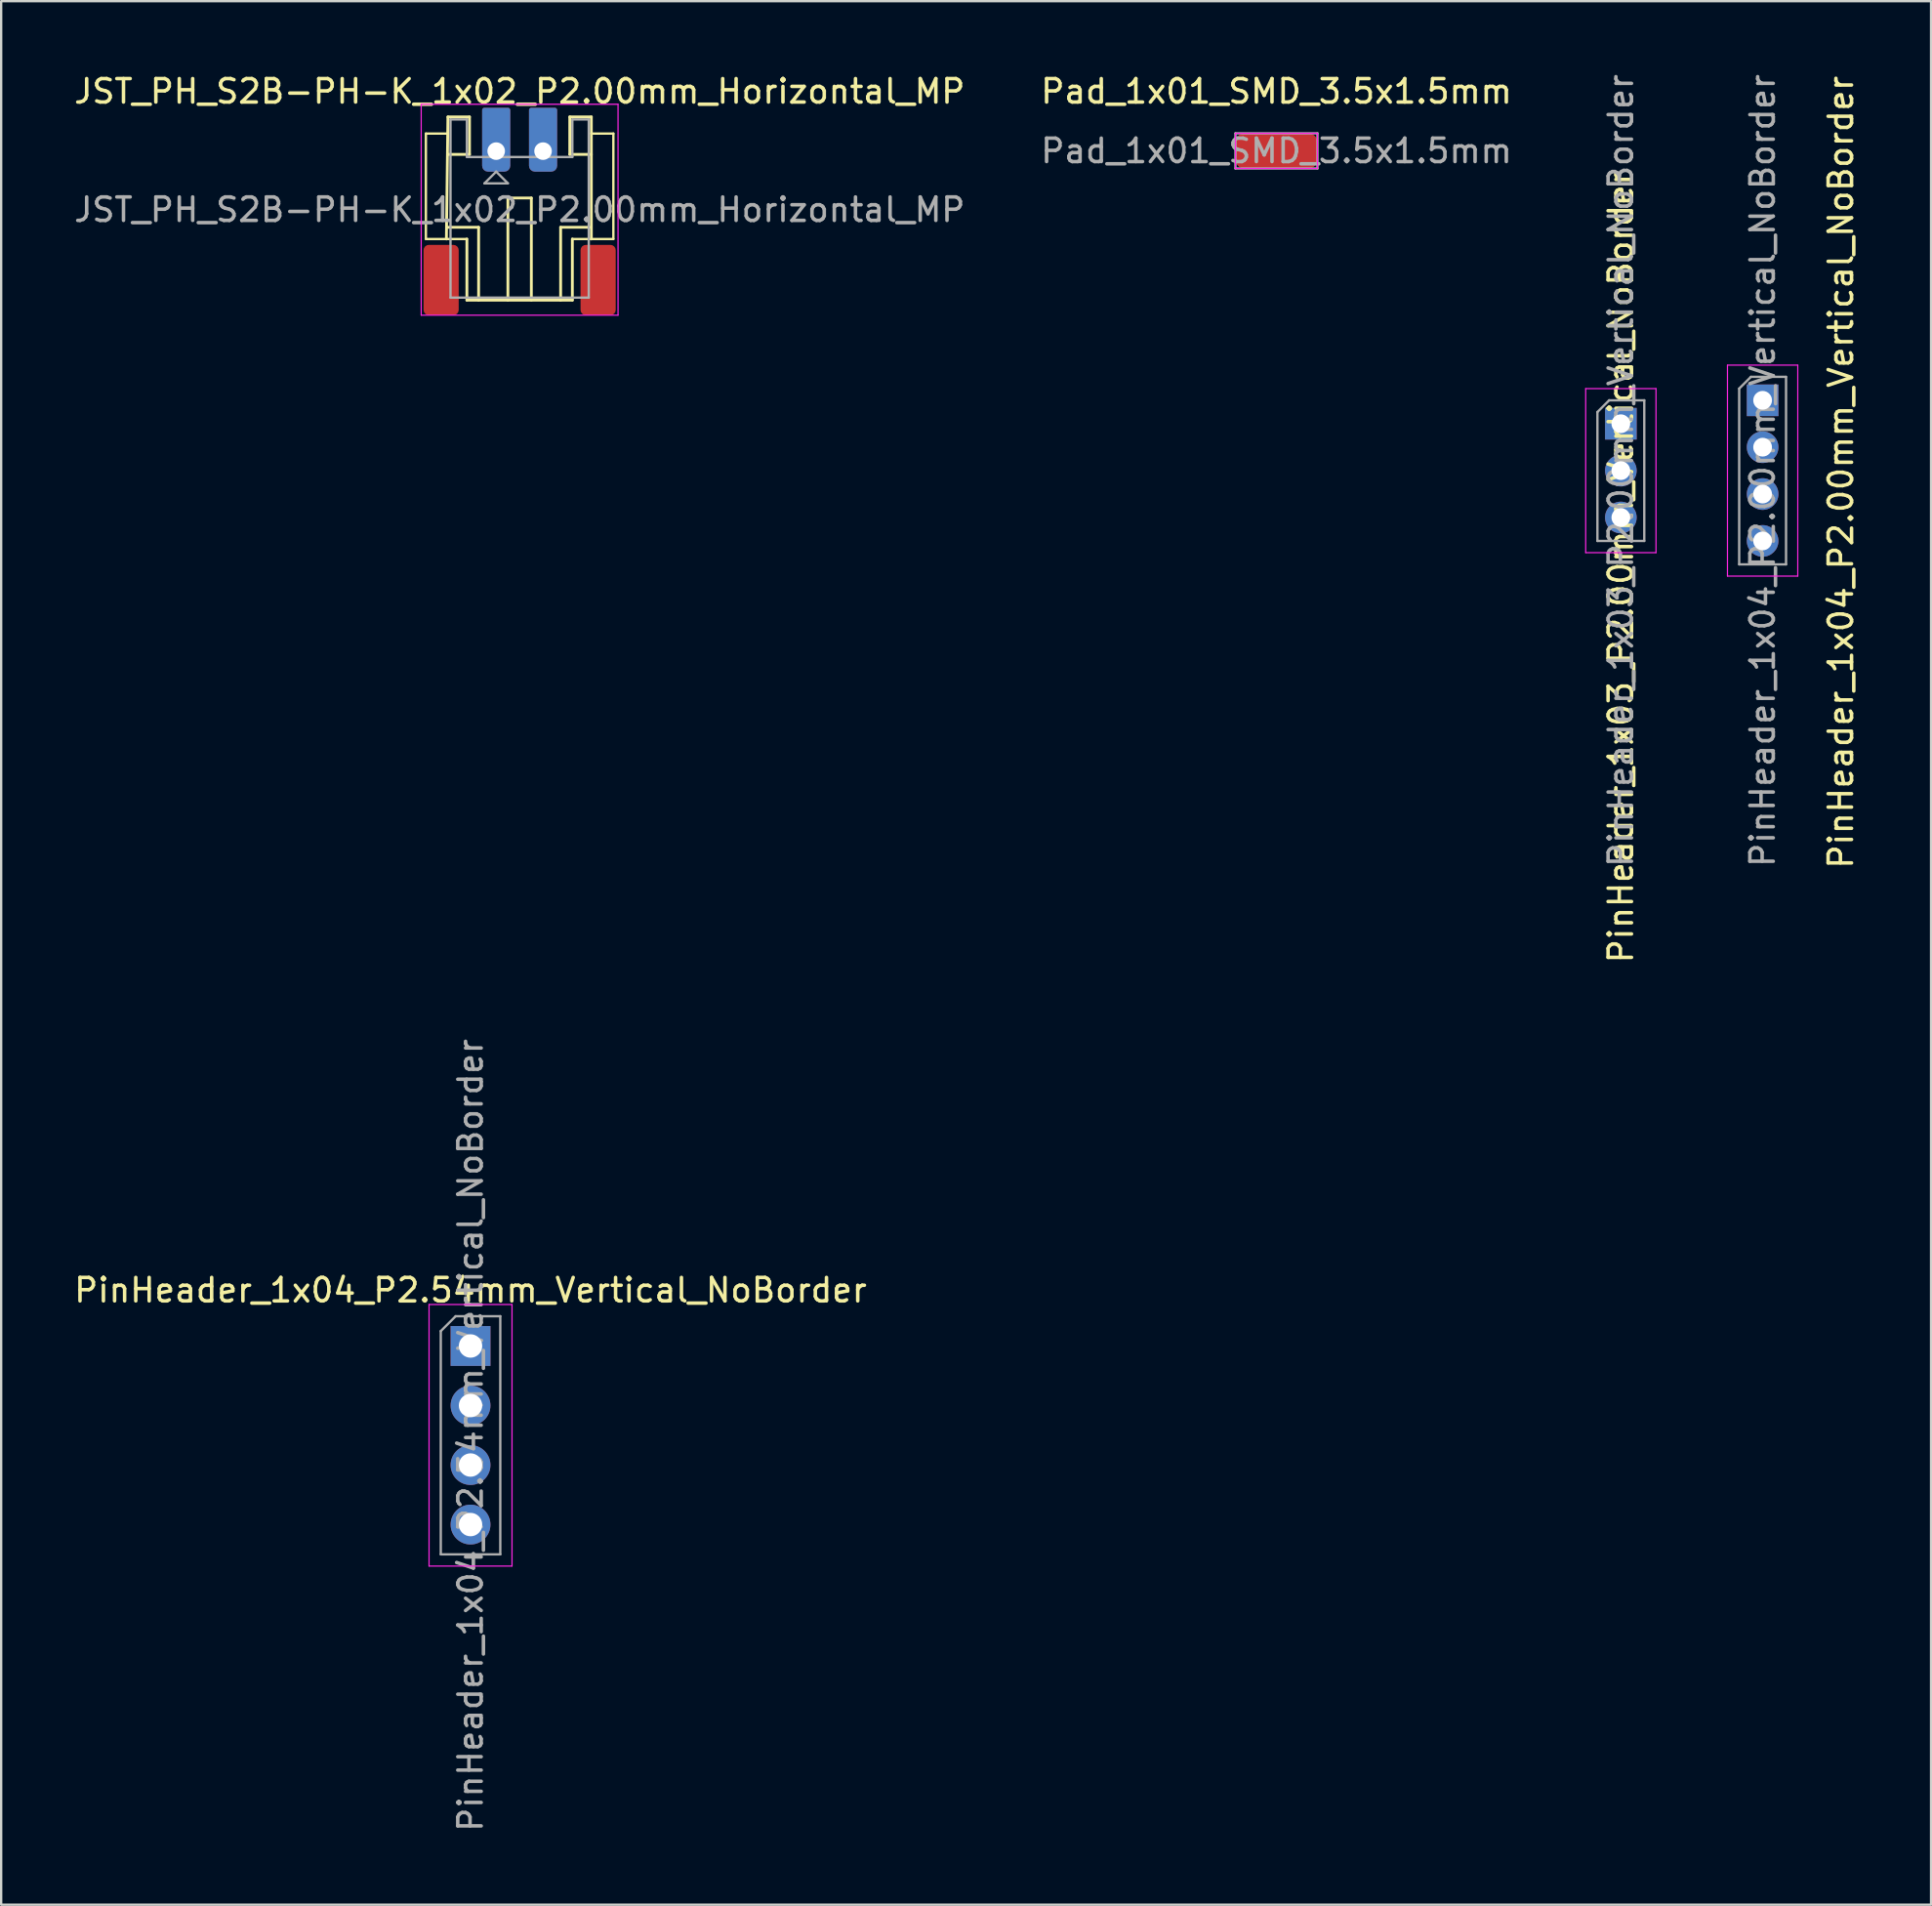
<source format=kicad_pcb>
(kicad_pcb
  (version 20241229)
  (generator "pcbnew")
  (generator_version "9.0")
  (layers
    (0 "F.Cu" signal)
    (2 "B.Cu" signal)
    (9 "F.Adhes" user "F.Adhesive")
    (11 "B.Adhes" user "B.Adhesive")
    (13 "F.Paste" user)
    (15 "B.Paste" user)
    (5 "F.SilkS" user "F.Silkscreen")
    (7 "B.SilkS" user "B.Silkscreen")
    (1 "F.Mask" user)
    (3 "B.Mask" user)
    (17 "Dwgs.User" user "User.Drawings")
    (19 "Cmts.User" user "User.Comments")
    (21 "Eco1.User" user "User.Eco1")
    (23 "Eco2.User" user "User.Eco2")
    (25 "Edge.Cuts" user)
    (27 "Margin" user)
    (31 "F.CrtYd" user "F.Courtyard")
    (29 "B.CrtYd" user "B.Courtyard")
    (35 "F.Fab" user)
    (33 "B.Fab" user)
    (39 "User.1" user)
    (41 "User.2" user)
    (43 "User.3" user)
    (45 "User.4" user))
  (footprint "PinHeader_1x04_P2.54mm_Vertical_NoBorder"
    (layer "F.Cu")
    (at 17.03 54.379)
    (property "Reference" "PinHeader_1x04_P2.54mm_Vertical_NoBorder" (at 0 -2.38 0) (layer "F.SilkS") (effects (font (size 1 1) (thickness 0.15))))
    (attr through_hole)
    (fp_line (start -1.77 -1.77) (end -1.77 9.39) (stroke (width 0.05) (type solid)) (layer "F.CrtYd"))
    (fp_line (start -1.77 9.39) (end 1.77 9.39) (stroke (width 0.05) (type solid)) (layer "F.CrtYd"))
    (fp_line (start 1.77 -1.77) (end -1.77 -1.77) (stroke (width 0.05) (type solid)) (layer "F.CrtYd"))
    (fp_line (start 1.77 9.39) (end 1.77 -1.77) (stroke (width 0.05) (type solid)) (layer "F.CrtYd"))
    (fp_line (start -1.27 -0.635) (end -0.635 -1.27) (stroke (width 0.1) (type solid)) (layer "F.Fab"))
    (fp_line (start -1.27 8.89) (end -1.27 -0.635) (stroke (width 0.1) (type solid)) (layer "F.Fab"))
    (fp_line (start -0.635 -1.27) (end 1.27 -1.27) (stroke (width 0.1) (type solid)) (layer "F.Fab"))
    (fp_line (start 1.27 -1.27) (end 1.27 8.89) (stroke (width 0.1) (type solid)) (layer "F.Fab"))
    (fp_line (start 1.27 8.89) (end -1.27 8.89) (stroke (width 0.1) (type solid)) (layer "F.Fab"))
    (fp_text user "${REFERENCE}" (at 0 3.81 90) (layer "F.Fab") (effects (font (size 1 1) (thickness 0.15))))
    (pad "1" thru_hole rect (at 0 0) (size 1.7 1.7) (drill 1) (layers "*.Cu" "*.Mask"))
    (pad "2" thru_hole circle (at 0 2.54) (size 1.7 1.7) (drill 1) (layers "*.Cu" "*.Mask"))
    (pad "3" thru_hole circle (at 0 5.08) (size 1.7 1.7) (drill 1) (layers "*.Cu" "*.Mask"))
    (pad "4" thru_hole circle (at 0 7.62) (size 1.7 1.7) (drill 1) (layers "*.Cu" "*.Mask")))
  (footprint "PinHeader_1x03_P2.00mm_Vertical_NoBorder"
    (layer "F.Cu")
    (at 66.12 15.03)
    (property "Reference" "PinHeader_1x03_P2.00mm_Vertical_NoBorder" (at 0 6.1 90) (layer "F.SilkS") (effects (font (size 1 1) (thickness 0.15))))
    (attr through_hole)
    (fp_line (start -1.5 -1.5) (end -1.5 5.5) (stroke (width 0.05) (type solid)) (layer "F.CrtYd"))
    (fp_line (start -1.5 5.5) (end 1.5 5.5) (stroke (width 0.05) (type solid)) (layer "F.CrtYd"))
    (fp_line (start 1.5 -1.5) (end -1.5 -1.5) (stroke (width 0.05) (type solid)) (layer "F.CrtYd"))
    (fp_line (start 1.5 5.5) (end 1.5 -1.5) (stroke (width 0.05) (type solid)) (layer "F.CrtYd"))
    (fp_line (start -1 -0.5) (end -0.5 -1) (stroke (width 0.1) (type solid)) (layer "F.Fab"))
    (fp_line (start -1 5) (end -1 -0.5) (stroke (width 0.1) (type solid)) (layer "F.Fab"))
    (fp_line (start -0.5 -1) (end 1 -1) (stroke (width 0.1) (type solid)) (layer "F.Fab"))
    (fp_line (start 1 -1) (end 1 5) (stroke (width 0.1) (type solid)) (layer "F.Fab"))
    (fp_line (start 1 5) (end -1 5) (stroke (width 0.1) (type solid)) (layer "F.Fab"))
    (fp_text user "${REFERENCE}" (at 0 2 270) (layer "F.Fab") (effects (font (size 1 1) (thickness 0.15))))
    (pad "1" thru_hole rect (at 0 0) (size 1.35 1.35) (drill 0.8) (layers "*.Cu" "*.Mask"))
    (pad "2" thru_hole circle (at 0 2) (size 1.35 1.35) (drill 0.8) (layers "*.Cu" "*.Mask"))
    (pad "3" thru_hole circle (at 0 4) (size 1.35 1.35) (drill 0.8) (layers "*.Cu" "*.Mask")))
  (footprint "Pad_1x01_SMD_3.5x1.5mm"
    (layer "F.Cu")
    (at 51.423 3.388)
    (property "Reference" "Pad_1x01_SMD_3.5x1.5mm" (at 0 -2.54 180) (layer "F.SilkS") (effects (font (size 1 1) (thickness 0.15))))
    (attr exclude_from_pos_files exclude_from_bom)
    (fp_line (start -1.75 -0.75) (end -1.75 0.75) (stroke (width 0.05) (type solid)) (layer "F.CrtYd"))
    (fp_line (start -1.75 0.75) (end 1.75 0.75) (stroke (width 0.05) (type solid)) (layer "F.CrtYd"))
    (fp_line (start 1.75 -0.75) (end -1.75 -0.75) (stroke (width 0.05) (type solid)) (layer "F.CrtYd"))
    (fp_line (start 1.75 0.75) (end 1.75 -0.75) (stroke (width 0.05) (type solid)) (layer "F.CrtYd"))
    (fp_line (start -1.75 -0.75) (end 1.75 -0.75) (stroke (width 0.1) (type solid)) (layer "F.Fab"))
    (fp_line (start -1.75 0.75) (end -1.75 -0.75) (stroke (width 0.1) (type solid)) (layer "F.Fab"))
    (fp_line (start 1.75 -0.75) (end 1.75 0.75) (stroke (width 0.1) (type solid)) (layer "F.Fab"))
    (fp_line (start 1.75 0.75) (end -1.75 0.75) (stroke (width 0.1) (type solid)) (layer "F.Fab"))
    (fp_text user "${REFERENCE}" (at 0 0 180) (layer "F.Fab") (effects (font (size 1 1) (thickness 0.15))))
    (pad "1" smd roundrect (at 0 0) (size 3.5 1.5) (layers "F.Cu" "F.Mask") (roundrect_rratio 0.25)))
  (footprint "JST_PH_S2B-PH-K_1x02_P2.00mm_Horizontal_MP"
    (layer "F.Cu")
    (at 18.125 3.398)
    (property "Reference" "JST_PH_S2B-PH-K_1x02_P2.00mm_Horizontal_MP" (at 1 -2.55 0) (layer "F.SilkS") (effects (font (size 1 1) (thickness 0.15))))
    (attr through_hole)
    (fp_line (start -3 -0.75) (end -3 3.75) (stroke (width 0.1) (type default)) (layer "F.SilkS"))
    (fp_line (start -3 -0.75) (end -2.06 -0.75) (stroke (width 0.1) (type solid)) (layer "F.SilkS"))
    (fp_line (start -3 3.75) (end -1.25 3.75) (stroke (width 0.1) (type default)) (layer "F.SilkS"))
    (fp_line (start -2.06 -1.46) (end -2.125 3.75) (stroke (width 0.12) (type solid)) (layer "F.SilkS"))
    (fp_line (start -2.06 0.14) (end -1.14 0.14) (stroke (width 0.12) (type solid)) (layer "F.SilkS"))
    (fp_line (start -1.25 3.75) (end -1.25 6.36) (stroke (width 0.12) (type solid)) (layer "F.SilkS"))
    (fp_line (start -1.25 6.36) (end 3.25 6.36) (stroke (width 0.12) (type solid)) (layer "F.SilkS"))
    (fp_line (start -1.14 -1.46) (end -2.06 -1.46) (stroke (width 0.12) (type solid)) (layer "F.SilkS"))
    (fp_line (start -1.14 0.14) (end -1.14 -1.46) (stroke (width 0.12) (type solid)) (layer "F.SilkS"))
    (fp_line (start -0.75 3.25) (end -2.06 3.25) (stroke (width 0.12) (type solid)) (layer "F.SilkS"))
    (fp_line (start -0.75 6.36) (end -0.75 3.25) (stroke (width 0.12) (type solid)) (layer "F.SilkS"))
    (fp_line (start 0.5 2) (end 1.5 2) (stroke (width 0.12) (type solid)) (layer "F.SilkS"))
    (fp_line (start 0.5 6.36) (end 0.5 2) (stroke (width 0.12) (type solid)) (layer "F.SilkS"))
    (fp_line (start 1.5 2) (end 1.5 6.36) (stroke (width 0.12) (type solid)) (layer "F.SilkS"))
    (fp_line (start 2.75 3.25) (end 4 3.25) (stroke (width 0.12) (type solid)) (layer "F.SilkS"))
    (fp_line (start 2.75 6.36) (end 2.75 3.25) (stroke (width 0.12) (type solid)) (layer "F.SilkS"))
    (fp_line (start 3.14 -1.46) (end 3.14 0.14) (stroke (width 0.12) (type solid)) (layer "F.SilkS"))
    (fp_line (start 3.25 3.75) (end 3.25 6.36) (stroke (width 0.12) (type solid)) (layer "F.SilkS"))
    (fp_line (start 4.06 -1.46) (end 3.14 -1.46) (stroke (width 0.12) (type solid)) (layer "F.SilkS"))
    (fp_line (start 4.06 0.14) (end 3.14 0.14) (stroke (width 0.12) (type solid)) (layer "F.SilkS"))
    (fp_line (start 4.06 3.75) (end 4.06 -1.46) (stroke (width 0.12) (type solid)) (layer "F.SilkS"))
    (fp_line (start 5 -0.75) (end 4.06 -0.75) (stroke (width 0.1) (type solid)) (layer "F.SilkS"))
    (fp_line (start 5 -0.75) (end 5 3.75) (stroke (width 0.1) (type default)) (layer "F.SilkS"))
    (fp_line (start 5 3.75) (end 3.25 3.75) (stroke (width 0.1) (type default)) (layer "F.SilkS"))
    (fp_line (start -3.2 -2) (end -3.2 7) (stroke (width 0.05) (type solid)) (layer "F.CrtYd"))
    (fp_line (start -3.2 7) (end 5.2 7) (stroke (width 0.05) (type solid)) (layer "F.CrtYd"))
    (fp_line (start 5.2 -2) (end -3.2 -2) (stroke (width 0.05) (type solid)) (layer "F.CrtYd"))
    (fp_line (start 5.2 7) (end 5.2 -2) (stroke (width 0.05) (type solid)) (layer "F.CrtYd"))
    (fp_line (start -1.95 -1.35) (end -1.95 6.25) (stroke (width 0.1) (type solid)) (layer "F.Fab"))
    (fp_line (start -1.95 6.25) (end 3.95 6.25) (stroke (width 0.1) (type solid)) (layer "F.Fab"))
    (fp_line (start -1.25 -1.35) (end -1.95 -1.35) (stroke (width 0.1) (type solid)) (layer "F.Fab"))
    (fp_line (start -1.25 0.25) (end -1.25 -1.35) (stroke (width 0.1) (type solid)) (layer "F.Fab"))
    (fp_line (start -0.5 1.375) (end 0.5 1.375) (stroke (width 0.1) (type solid)) (layer "F.Fab"))
    (fp_line (start 0 0.875) (end -0.5 1.375) (stroke (width 0.1) (type solid)) (layer "F.Fab"))
    (fp_line (start 0.5 1.375) (end 0 0.875) (stroke (width 0.1) (type solid)) (layer "F.Fab"))
    (fp_line (start 3.25 -1.35) (end 3.25 0.25) (stroke (width 0.1) (type solid)) (layer "F.Fab"))
    (fp_line (start 3.25 0.25) (end -1.25 0.25) (stroke (width 0.1) (type solid)) (layer "F.Fab"))
    (fp_line (start 3.95 -1.35) (end 3.25 -1.35) (stroke (width 0.1) (type solid)) (layer "F.Fab"))
    (fp_line (start 3.95 6.25) (end 3.95 -1.35) (stroke (width 0.1) (type solid)) (layer "F.Fab"))
    (fp_text user "${REFERENCE}" (at 1 2.5 0) (layer "F.Fab") (effects (font (size 1 1) (thickness 0.15))))
    (pad "1" thru_hole custom (at 0 0) (size 1.2 1.2) (drill 0.75) (layers "*.Cu" "*.Mask") (options (anchor circle)) (primitives (gr_poly (pts (xy -0.6 -0.625) (xy -0.581 -0.721) (xy -0.527 -0.802) (xy -0.446 -0.856) (xy -0.35 -0.875) (xy 0.35 -0.875) (xy 0.446 -0.856) (xy 0.527 -0.802) (xy 0.581 -0.721) (xy 0.6 -0.625) (xy 0.6 0.625) (xy 0.581 0.721) (xy 0.527 0.802) (xy 0.446 0.856) (xy 0.35 0.875) (xy -0.35 0.875) (xy -0.446 0.856) (xy -0.527 0.802) (xy -0.581 0.721) (xy -0.6 0.625)) (width 0) (fill yes)) (gr_rect (start -0.5 -1.75) (end 0.5 -0.5) (width 0.2) (fill yes))))
    (pad "2" thru_hole custom (at 2 0) (size 1.2 1.2) (drill 0.75) (layers "*.Cu" "*.Mask") (options (anchor circle)) (primitives (gr_rect (start -0.5 -1.75) (end 0.5 -0.5) (width 0.2) (fill yes)) (gr_poly (pts (xy -0.6 -0.625) (xy -0.581 -0.721) (xy -0.527 -0.802) (xy -0.446 -0.856) (xy -0.35 -0.875) (xy 0.35 -0.875) (xy 0.446 -0.856) (xy 0.527 -0.802) (xy 0.581 -0.721) (xy 0.6 -0.625) (xy 0.6 0.625) (xy 0.581 0.721) (xy 0.527 0.802) (xy 0.446 0.856) (xy 0.35 0.875) (xy -0.35 0.875) (xy -0.446 0.856) (xy -0.527 0.802) (xy -0.581 0.721) (xy -0.6 0.625)) (width 0) (fill yes))))
    (pad "MP" smd roundrect (at -2.35 5.5 90) (size 3 1.5) (layers "F.Cu" "F.Mask" "F.Paste") (roundrect_rratio 0.15))
    (pad "MP" smd roundrect (at 4.35 5.5 90) (size 3 1.5) (layers "F.Cu" "F.Mask" "F.Paste") (roundrect_rratio 0.15)))
  (footprint "PinHeader_1x04_P2.00mm_Vertical_NoBorder"
    (layer "F.Cu")
    (at 72.17 14.03)
    (property "Reference" "PinHeader_1x04_P2.00mm_Vertical_NoBorder" (at 3.34 3.07 90) (layer "F.SilkS") (effects (font (size 1 1) (thickness 0.15))))
    (attr through_hole)
    (fp_line (start -1.5 -1.5) (end -1.5 7.5) (stroke (width 0.05) (type solid)) (layer "F.CrtYd"))
    (fp_line (start -1.5 7.5) (end 1.5 7.5) (stroke (width 0.05) (type solid)) (layer "F.CrtYd"))
    (fp_line (start 1.5 -1.5) (end -1.5 -1.5) (stroke (width 0.05) (type solid)) (layer "F.CrtYd"))
    (fp_line (start 1.5 7.5) (end 1.5 -1.5) (stroke (width 0.05) (type solid)) (layer "F.CrtYd"))
    (fp_line (start -1 -0.5) (end -0.5 -1) (stroke (width 0.1) (type solid)) (layer "F.Fab"))
    (fp_line (start -1 7) (end -1 -0.5) (stroke (width 0.1) (type solid)) (layer "F.Fab"))
    (fp_line (start -0.5 -1) (end 1 -1) (stroke (width 0.1) (type solid)) (layer "F.Fab"))
    (fp_line (start 1 -1) (end 1 7) (stroke (width 0.1) (type solid)) (layer "F.Fab"))
    (fp_line (start 1 7) (end -1 7) (stroke (width 0.1) (type solid)) (layer "F.Fab"))
    (fp_text user "${REFERENCE}" (at 0 3 90) (layer "F.Fab") (effects (font (size 1 1) (thickness 0.15))))
    (pad "1" thru_hole rect (at 0 0) (size 1.35 1.35) (drill 0.8) (layers "*.Cu" "*.Mask"))
    (pad "2" thru_hole circle (at 0 2) (size 1.35 1.35) (drill 0.8) (layers "*.Cu" "*.Mask"))
    (pad "3" thru_hole circle (at 0 4) (size 1.35 1.35) (drill 0.8) (layers "*.Cu" "*.Mask"))
    (pad "4" thru_hole circle (at 0 6) (size 1.35 1.35) (drill 0.8) (layers "*.Cu" "*.Mask")))
  (gr_rect
    (start -3 -3)
    (end 79.358 78.219)
    (stroke (width 0.1) (type default))
    (fill no)
    (layer "Edge.Cuts")))
</source>
